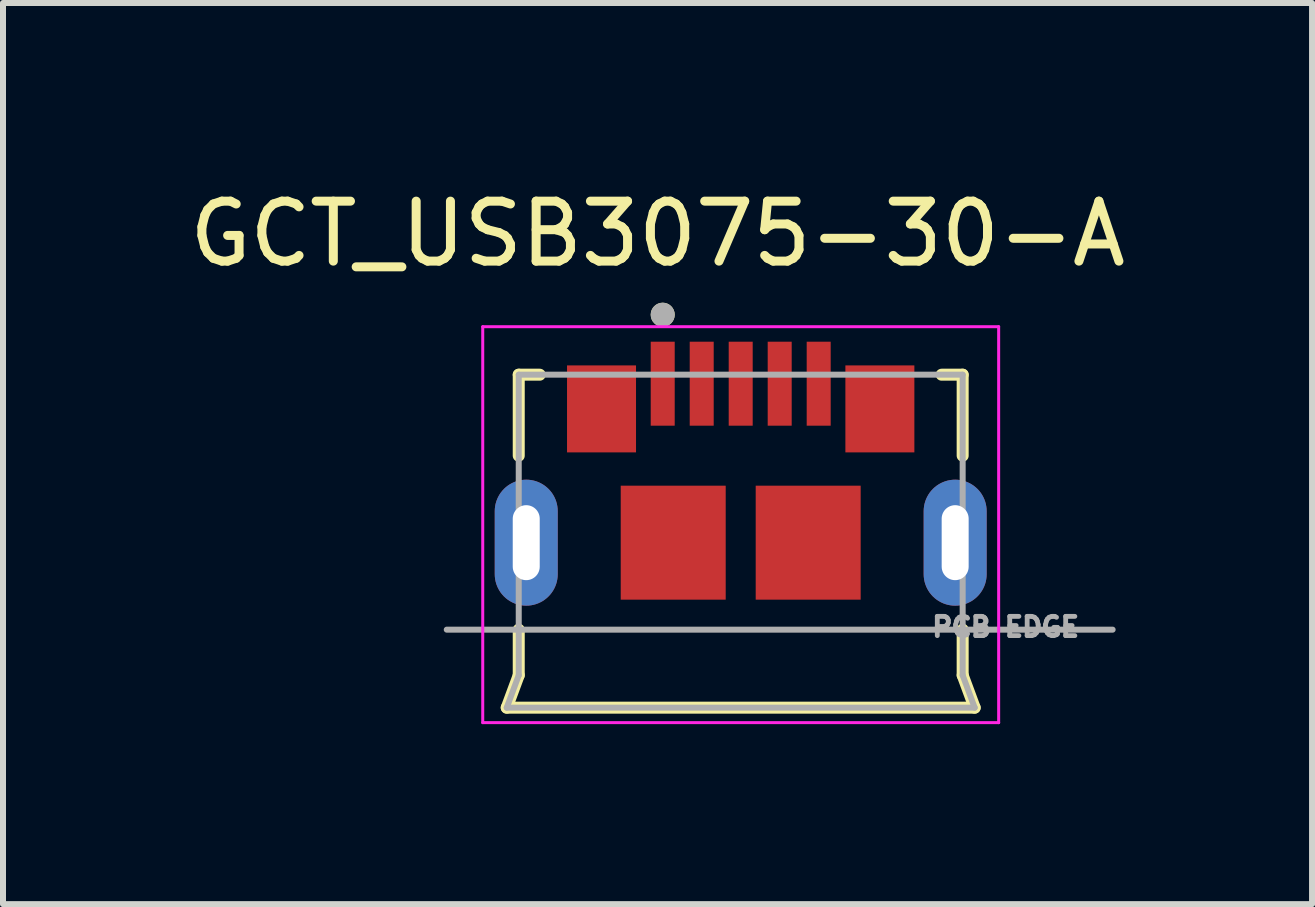
<source format=kicad_pcb>
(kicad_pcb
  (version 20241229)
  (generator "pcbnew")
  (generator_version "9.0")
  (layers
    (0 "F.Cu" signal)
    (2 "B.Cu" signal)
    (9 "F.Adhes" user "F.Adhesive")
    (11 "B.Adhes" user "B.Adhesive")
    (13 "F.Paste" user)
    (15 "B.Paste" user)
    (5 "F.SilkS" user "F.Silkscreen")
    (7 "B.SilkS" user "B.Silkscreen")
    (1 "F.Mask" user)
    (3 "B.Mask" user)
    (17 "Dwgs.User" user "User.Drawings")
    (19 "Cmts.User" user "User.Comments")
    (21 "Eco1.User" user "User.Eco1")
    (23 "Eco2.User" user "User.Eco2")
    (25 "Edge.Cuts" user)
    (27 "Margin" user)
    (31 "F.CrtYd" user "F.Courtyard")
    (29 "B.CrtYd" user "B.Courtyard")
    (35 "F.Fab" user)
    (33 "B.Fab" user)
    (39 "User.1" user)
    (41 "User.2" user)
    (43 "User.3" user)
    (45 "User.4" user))
  (footprint "GCT_USB3075-30-A"
    (layer "F.Cu")
    (at 7.997 3.346)
    (property "Reference" "GCT_USB3075-30-A" (at -0.086 -2.498 0) (layer "F.SilkS") (effects (font (size 1 1) (thickness 0.15))))
    (attr through_hole)
    (fp_line (start -2.6 5.4) (end -2.4 4.86) (stroke (width 0.2) (type solid)) (layer "F.SilkS"))
    (fp_line (start -2.6 5.4) (end 5.2 5.4) (stroke (width 0.2) (type solid)) (layer "F.SilkS"))
    (fp_line (start -2.4 -0.15) (end -2.05 -0.15) (stroke (width 0.2) (type solid)) (layer "F.SilkS"))
    (fp_line (start -2.4 1.2) (end -2.4 -0.15) (stroke (width 0.2) (type solid)) (layer "F.SilkS"))
    (fp_line (start -2.4 4.86) (end -2.4 4.1) (stroke (width 0.2) (type solid)) (layer "F.SilkS"))
    (fp_line (start 4.65 -0.15) (end 5 -0.15) (stroke (width 0.2) (type solid)) (layer "F.SilkS"))
    (fp_line (start 5 1.2) (end 5 -0.15) (stroke (width 0.2) (type solid)) (layer "F.SilkS"))
    (fp_line (start 5 4.86) (end 5 4.1) (stroke (width 0.2) (type solid)) (layer "F.SilkS"))
    (fp_line (start 5 4.86) (end 5.2 5.4) (stroke (width 0.2) (type solid)) (layer "F.SilkS"))
    (fp_circle (center 0 -1.15) (end 0.1 -1.15) (stroke (width 0.2) (type solid)) (fill no) (layer "F.SilkS"))
    (fp_line (start -3 -0.95) (end 5.6 -0.95) (stroke (width 0.05) (type solid)) (layer "F.CrtYd"))
    (fp_line (start -3 5.65) (end -3 -0.95) (stroke (width 0.05) (type solid)) (layer "F.CrtYd"))
    (fp_line (start -3 5.65) (end 5.6 5.65) (stroke (width 0.05) (type solid)) (layer "F.CrtYd"))
    (fp_line (start 5.6 5.65) (end 5.6 -0.95) (stroke (width 0.05) (type solid)) (layer "F.CrtYd"))
    (fp_line (start -3.6 4.1) (end 7.5 4.1) (stroke (width 0.1) (type solid)) (layer "F.Fab"))
    (fp_line (start -2.6 5.4) (end -2.4 4.86) (stroke (width 0.1) (type solid)) (layer "F.Fab"))
    (fp_line (start -2.6 5.4) (end 5.2 5.4) (stroke (width 0.1) (type solid)) (layer "F.Fab"))
    (fp_line (start -2.4 -0.15) (end 5 -0.15) (stroke (width 0.1) (type solid)) (layer "F.Fab"))
    (fp_line (start -2.4 4.86) (end -2.4 -0.15) (stroke (width 0.1) (type solid)) (layer "F.Fab"))
    (fp_line (start 5 4.86) (end 5 -0.15) (stroke (width 0.1) (type solid)) (layer "F.Fab"))
    (fp_line (start 5 4.86) (end 5.2 5.4) (stroke (width 0.1) (type solid)) (layer "F.Fab"))
    (fp_circle (center 0 -1.15) (end 0.1 -1.15) (stroke (width 0.2) (type solid)) (fill no) (layer "F.Fab"))
    (fp_text user "PCB EDGE" (at 5.716 4.055 0) (layer "F.Fab") (effects (font (size 0.321 0.321) (thickness 0.15))))
    (pad "1" smd rect (at 0 0) (size 0.4 1.4) (layers "F.Cu" "F.Mask" "F.Paste"))
    (pad "2" smd rect (at 0.65 0) (size 0.4 1.4) (layers "F.Cu" "F.Mask" "F.Paste"))
    (pad "3" smd rect (at 1.3 0) (size 0.4 1.4) (layers "F.Cu" "F.Mask" "F.Paste"))
    (pad "4" smd rect (at 1.95 0) (size 0.4 1.4) (layers "F.Cu" "F.Mask" "F.Paste"))
    (pad "5" smd rect (at 2.6 0) (size 0.4 1.4) (layers "F.Cu" "F.Mask" "F.Paste"))
    (pad "S1" smd rect (at -1.02 0.42) (size 1.15 1.45) (layers "F.Cu" "F.Mask" "F.Paste"))
    (pad "S2" smd rect (at 3.62 0.42) (size 1.15 1.45) (layers "F.Cu" "F.Mask" "F.Paste"))
    (pad "S3" smd rect (at 0.175 2.65) (size 1.75 1.9) (layers "F.Cu" "F.Mask" "F.Paste"))
    (pad "S4" smd rect (at 2.425 2.65) (size 1.75 1.9) (layers "F.Cu" "F.Mask" "F.Paste"))
    (pad "S5" thru_hole oval (at -2.275 2.65) (size 1.05 2.1) (drill oval 0.45 1.25) (layers "*.Cu" "*.Mask"))
    (pad "S6" thru_hole oval (at 4.875 2.65) (size 1.05 2.1) (drill oval 0.45 1.25) (layers "*.Cu" "*.Mask")))
  (gr_rect
    (start -3 -3)
    (end 18.821 12.021)
    (stroke (width 0.1) (type default))
    (fill no)
    (layer "Edge.Cuts")))
</source>
